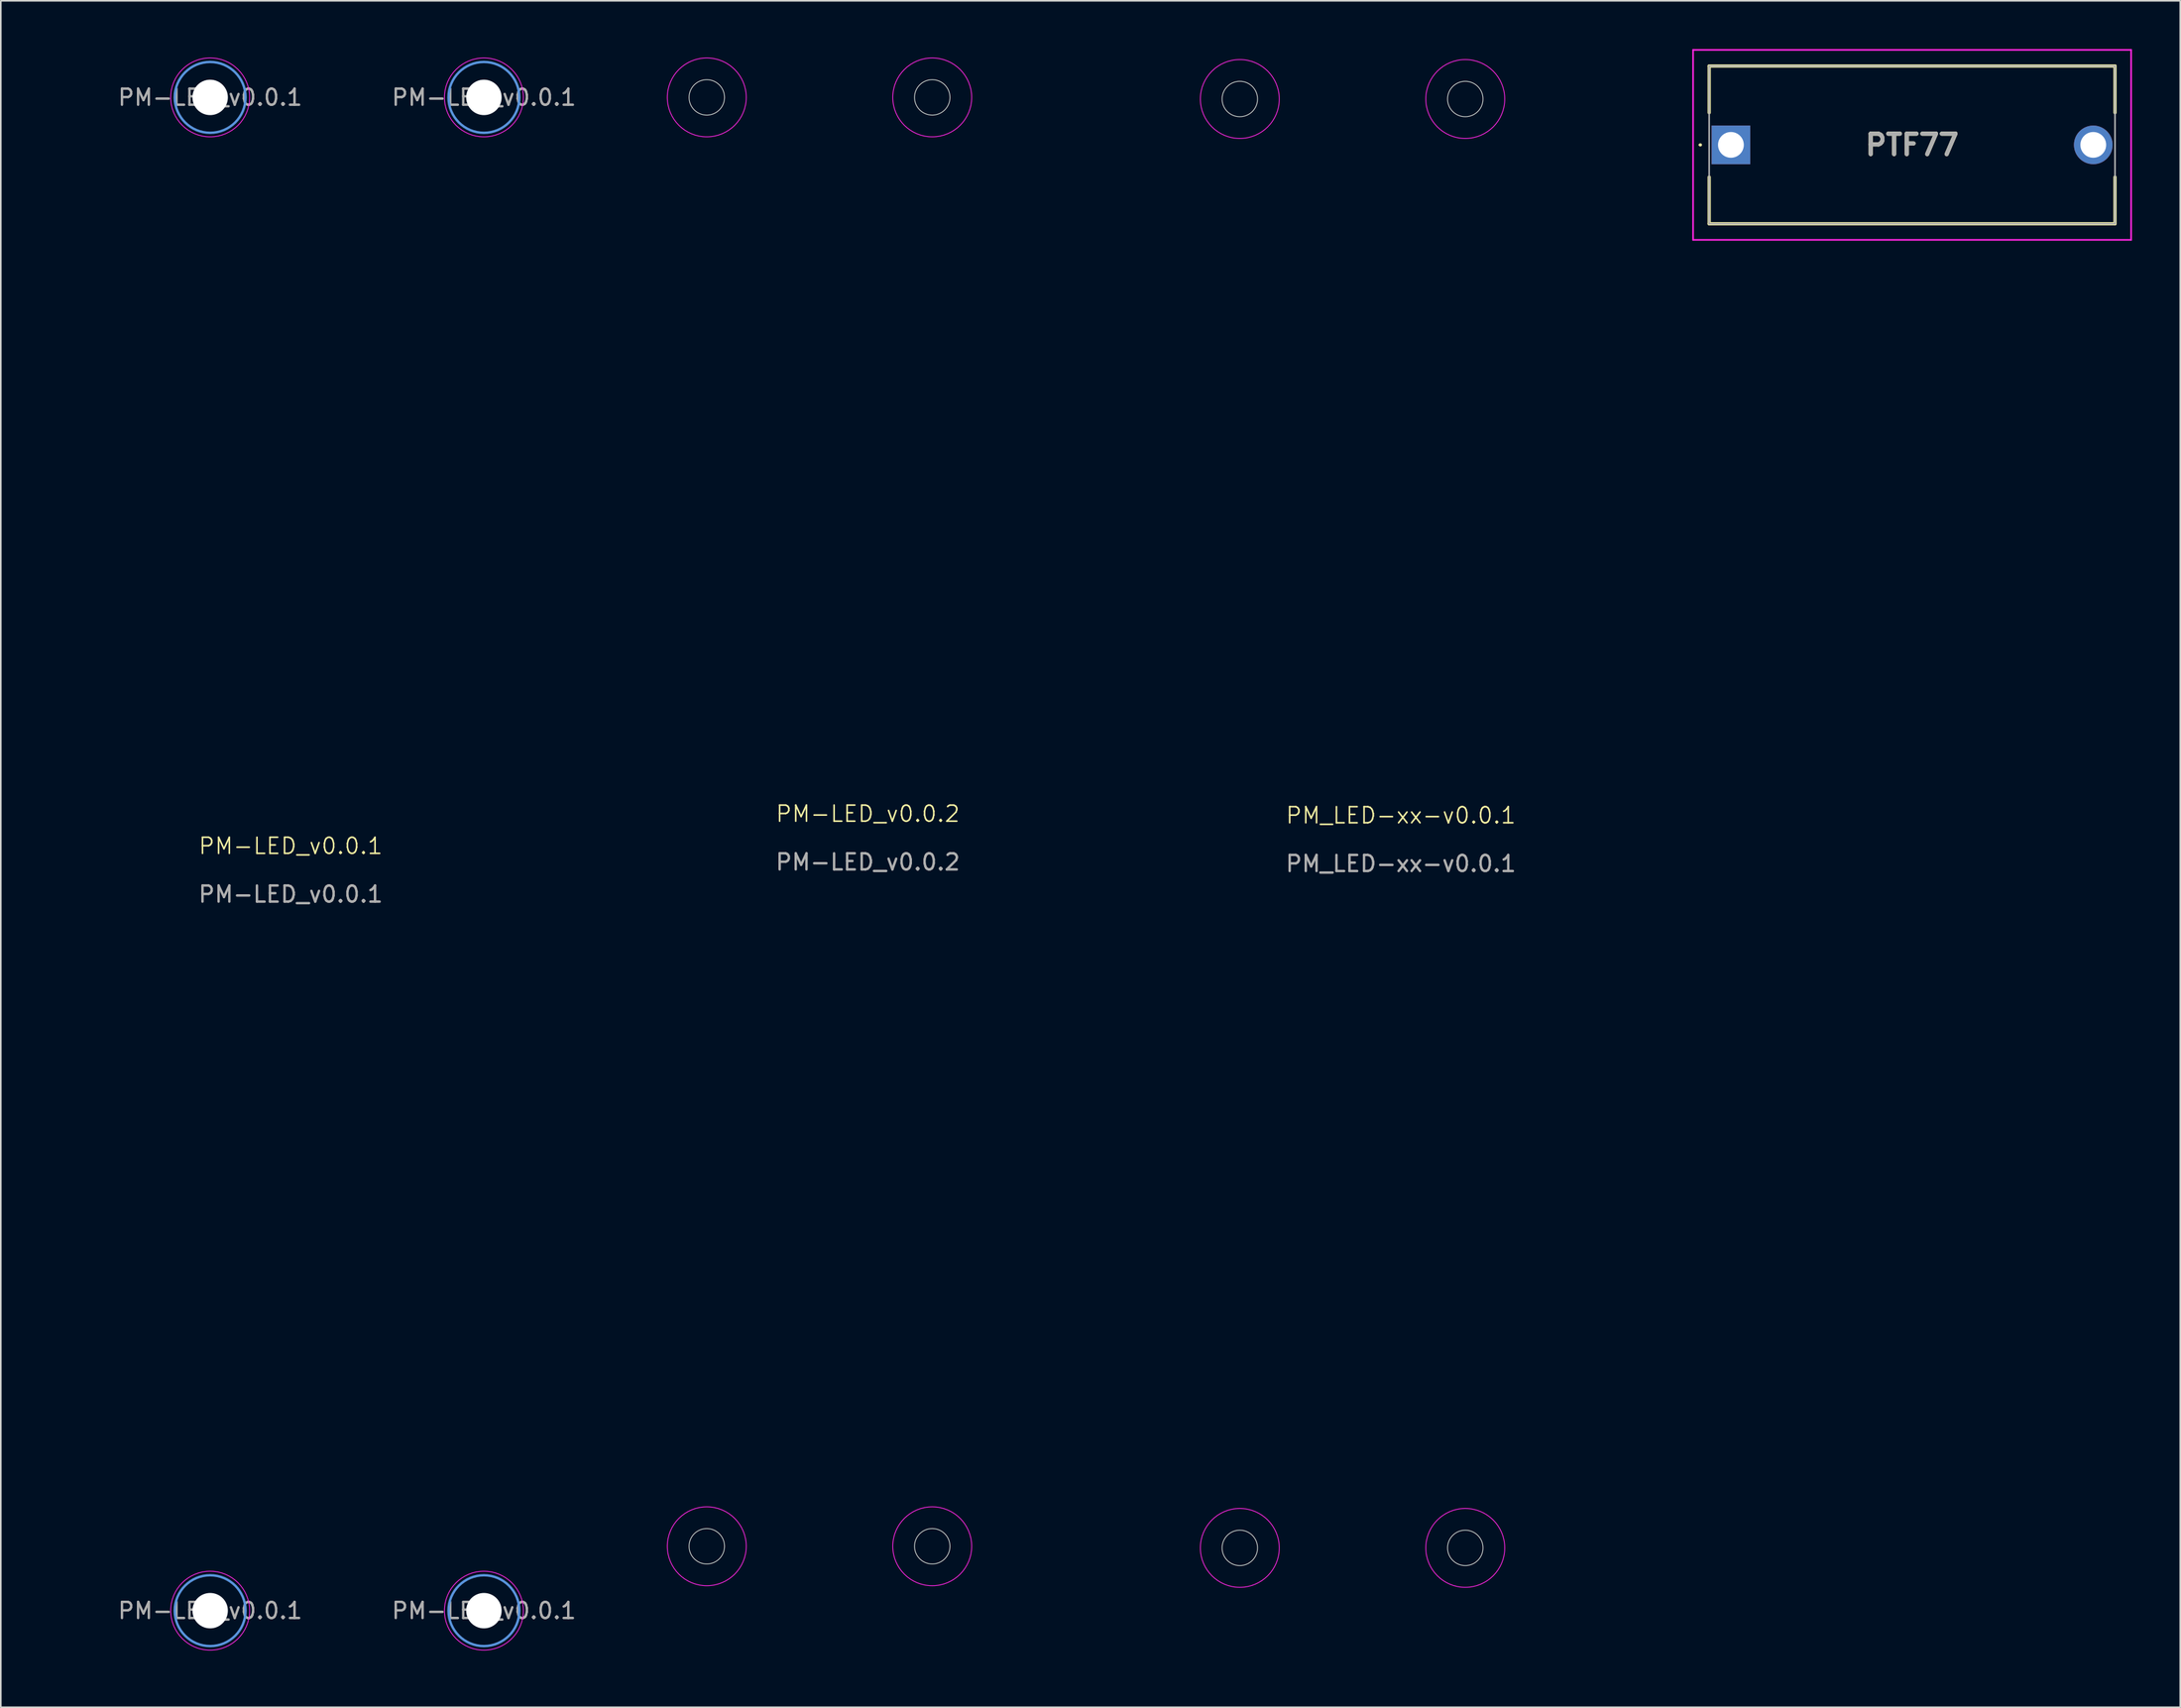
<source format=kicad_pcb>
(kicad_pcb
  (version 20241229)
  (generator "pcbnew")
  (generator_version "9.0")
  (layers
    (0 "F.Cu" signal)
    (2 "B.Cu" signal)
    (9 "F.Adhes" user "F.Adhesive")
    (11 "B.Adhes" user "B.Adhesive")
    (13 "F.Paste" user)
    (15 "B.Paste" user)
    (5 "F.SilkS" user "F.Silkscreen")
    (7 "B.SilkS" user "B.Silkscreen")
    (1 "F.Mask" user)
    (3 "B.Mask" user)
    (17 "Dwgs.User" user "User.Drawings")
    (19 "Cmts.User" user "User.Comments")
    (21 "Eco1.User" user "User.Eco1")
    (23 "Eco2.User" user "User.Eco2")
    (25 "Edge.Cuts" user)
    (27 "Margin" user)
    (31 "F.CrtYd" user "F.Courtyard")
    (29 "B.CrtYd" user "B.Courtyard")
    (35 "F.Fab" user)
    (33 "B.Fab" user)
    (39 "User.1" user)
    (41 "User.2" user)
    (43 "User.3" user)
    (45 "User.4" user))
  (footprint "PTF77"
    (layer "F.Cu")
    (at 104.435 5.95)
    (property "Reference" "PTF77" (at 11.25 0 0) (layer "F.SilkS") (effects (font (size 1.27 1.27) (thickness 0.254))))
    (attr through_hole)
    (fp_line (start -1.95 0) (end -1.95 0) (stroke (width 0.1) (type solid)) (layer "F.SilkS"))
    (fp_line (start -1.85 0) (end -1.85 0) (stroke (width 0.1) (type solid)) (layer "F.SilkS"))
    (fp_line (start -1.35 -4.9) (end 23.85 -4.9) (stroke (width 0.2) (type solid)) (layer "F.SilkS"))
    (fp_line (start -1.35 -2) (end -1.35 -4.9) (stroke (width 0.2) (type solid)) (layer "F.SilkS"))
    (fp_line (start -1.35 2) (end -1.35 4.9) (stroke (width 0.2) (type solid)) (layer "F.SilkS"))
    (fp_line (start -1.35 4.9) (end 23.85 4.9) (stroke (width 0.2) (type solid)) (layer "F.SilkS"))
    (fp_line (start 23.85 -4.9) (end 23.85 -2) (stroke (width 0.2) (type solid)) (layer "F.SilkS"))
    (fp_line (start 23.85 4.9) (end 23.85 2) (stroke (width 0.2) (type solid)) (layer "F.SilkS"))
    (fp_arc (start -1.95 0) (mid -1.9 -0.05) (end -1.85 0) (stroke (width 0.1) (type solid)) (layer "F.SilkS"))
    (fp_arc (start -1.85 0) (mid -1.9 0.05) (end -1.95 0) (stroke (width 0.1) (type solid)) (layer "F.SilkS"))
    (fp_line (start -2.35 -5.9) (end 24.85 -5.9) (stroke (width 0.1) (type solid)) (layer "F.CrtYd"))
    (fp_line (start -2.35 5.9) (end -2.35 -5.9) (stroke (width 0.1) (type solid)) (layer "F.CrtYd"))
    (fp_line (start 24.85 -5.9) (end 24.85 5.9) (stroke (width 0.1) (type solid)) (layer "F.CrtYd"))
    (fp_line (start 24.85 5.9) (end -2.35 5.9) (stroke (width 0.1) (type solid)) (layer "F.CrtYd"))
    (fp_line (start -1.35 -4.9) (end 23.85 -4.9) (stroke (width 0.1) (type solid)) (layer "F.Fab"))
    (fp_line (start -1.35 4.9) (end -1.35 -4.9) (stroke (width 0.1) (type solid)) (layer "F.Fab"))
    (fp_line (start 23.85 -4.9) (end 23.85 4.9) (stroke (width 0.1) (type solid)) (layer "F.Fab"))
    (fp_line (start 23.85 4.9) (end -1.35 4.9) (stroke (width 0.1) (type solid)) (layer "F.Fab"))
    (fp_text user "${REFERENCE}" (at 11.25 0 0) (layer "F.Fab") (effects (font (size 1.27 1.27) (thickness 0.254))))
    (pad "1" thru_hole rect (at 0 0) (size 2.4 2.4) (drill 1.6) (layers "*.Cu" "*.Mask"))
    (pad "2" thru_hole circle (at 22.5 0) (size 2.4 2.4) (drill 1.6) (layers "*.Cu" "*.Mask")))
  (footprint "PM-LED_v0.0.2"
    (layer "F.Cu")
    (at 50.839 48)
    (property "Reference" "PM-LED_v0.0.2" (at 0 -0.5 0) (unlocked yes) (layer "F.SilkS") (effects (font (size 1 1) (thickness 0.1))))
    (fp_circle (center -10 -45) (end -8.9 -45) (stroke (width 0.05) (type default)) (fill no) (layer "Edge.Cuts"))
    (fp_circle (center -10 45) (end -8.9 45) (stroke (width 0.05) (type default)) (fill no) (layer "Edge.Cuts"))
    (fp_circle (center 4 -45) (end 5.1 -45) (stroke (width 0.05) (type default)) (fill no) (layer "Edge.Cuts"))
    (fp_circle (center 4 45) (end 5.1 45) (stroke (width 0.05) (type default)) (fill no) (layer "Edge.Cuts"))
    (fp_circle (center -10 -45) (end -7.55 -45) (stroke (width 0.05) (type solid)) (fill no) (layer "F.CrtYd"))
    (fp_circle (center -10 45) (end -7.55 45) (stroke (width 0.05) (type solid)) (fill no) (layer "F.CrtYd"))
    (fp_circle (center 4 -45) (end 6.45 -45) (stroke (width 0.05) (type solid)) (fill no) (layer "F.CrtYd"))
    (fp_circle (center 4 45) (end 6.45 45) (stroke (width 0.05) (type solid)) (fill no) (layer "F.CrtYd"))
    (fp_line (start -14.9 -45) (end -14.9 45) (stroke (width 0.2) (type default)) (layer "User.1"))
    (fp_line (start -12 -47.9) (end -9.9 -47.9) (stroke (width 0.2) (type default)) (layer "User.1"))
    (fp_line (start -12 47.9) (end -9.9 47.9) (stroke (width 0.2) (type default)) (layer "User.1"))
    (fp_line (start 3.9 -47.9) (end 12 -47.9) (stroke (width 0.2) (type default)) (layer "User.1"))
    (fp_line (start 3.9 47.9) (end 12 47.9) (stroke (width 0.2) (type default)) (layer "User.1"))
    (fp_line (start 14.9 45) (end 14.9 -45) (stroke (width 0.2) (type default)) (layer "User.1"))
    (fp_arc (start -14.9 -45) (mid -14.05061 -47.05061) (end -12 -47.9) (stroke (width 0.2) (type default)) (layer "User.1"))
    (fp_arc (start -12 47.9) (mid -14.05061 47.05061) (end -14.9 45) (stroke (width 0.2) (type default)) (layer "User.1"))
    (fp_arc (start -9.9 -47.9) (mid -7.84939 -47.05061) (end -7 -45) (stroke (width 0.2) (type default)) (layer "User.1"))
    (fp_arc (start -7 45) (mid -7.849391 47.050609) (end -9.9 47.9) (stroke (width 0.2) (type default)) (layer "User.1"))
    (fp_arc (start -6.999999 45) (mid -3 41.876895) (end 0.999999 45) (stroke (width 0.2) (type default)) (layer "User.1"))
    (fp_arc (start 0.999999 -45) (mid -3 -41.876895) (end -6.999999 -45) (stroke (width 0.2) (type default)) (layer "User.1"))
    (fp_arc (start 1 -45) (mid 1.84939 -47.05061) (end 3.9 -47.9) (stroke (width 0.2) (type default)) (layer "User.1"))
    (fp_arc (start 3.9 47.9) (mid 1.84939 47.05061) (end 1 45) (stroke (width 0.2) (type default)) (layer "User.1"))
    (fp_arc (start 12 -47.9) (mid 14.05061 -47.05061) (end 14.9 -45) (stroke (width 0.2) (type default)) (layer "User.1"))
    (fp_arc (start 14.9 45) (mid 14.05061 47.05061) (end 12 47.9) (stroke (width 0.2) (type default)) (layer "User.1"))
    (fp_text user "${REFERENCE}" (at 0 2.5 0) (unlocked yes) (layer "F.Fab") (effects (font (size 1 1) (thickness 0.15)))))
  (footprint "PM-LED_v0.0.1"
    (layer "F.Cu")
    (at 15 50)
    (property "Reference" "PM-LED_v0.0.1" (at 0 -0.5 0) (unlocked yes) (layer "F.SilkS") (effects (font (size 1 1) (thickness 0.1))))
    (fp_circle (center -5 -47) (end -2.8 -47) (stroke (width 0.15) (type solid)) (fill no) (layer "Cmts.User"))
    (fp_circle (center -5 47) (end -2.8 47) (stroke (width 0.15) (type solid)) (fill no) (layer "Cmts.User"))
    (fp_circle (center 12 -47) (end 14.2 -47) (stroke (width 0.15) (type solid)) (fill no) (layer "Cmts.User"))
    (fp_circle (center 12 47) (end 14.2 47) (stroke (width 0.15) (type solid)) (fill no) (layer "Cmts.User"))
    (fp_circle (center -5 -47) (end -2.55 -47) (stroke (width 0.05) (type solid)) (fill no) (layer "F.CrtYd"))
    (fp_circle (center -5 47) (end -2.55 47) (stroke (width 0.05) (type solid)) (fill no) (layer "F.CrtYd"))
    (fp_circle (center 12 -47) (end 14.45 -47) (stroke (width 0.05) (type solid)) (fill no) (layer "F.CrtYd"))
    (fp_circle (center 12 47) (end 14.45 47) (stroke (width 0.05) (type solid)) (fill no) (layer "F.CrtYd"))
    (fp_poly (pts (arc (start 12 49.9) (mid 14.05061 49.05061) (end 14.9 47)) (arc (start 14.9 -47) (mid 14.05061 -49.05061) (end 12 -49.9)) (arc (start 9.9 -49.9) (mid 7.84939 -49.05061) (end 7 -47)) (arc (start 7 -45.95) (mid 3 -41.999688) (end -1 -45.95)) (arc (start -1 -47) (mid -1.84939 -49.05061) (end -3.9 -49.9)) (arc (start -11 -49.9) (mid -13.757716 -48.757716) (end -14.9 -46)) (arc (start -14.9 46) (mid -13.757716 48.757716) (end -11 49.9)) (arc (start -3.9 49.9) (mid -1.84939 49.05061) (end -1 47)) (arc (start -1 45.95) (mid 3 41.999688) (end 7 45.95)) (arc (start 7 47) (mid 7.84939 49.05061) (end 9.9 49.9))) (stroke (width 0.2) (type dash)) (fill no) (layer "User.1"))
    (fp_text user "${REFERENCE}" (at 0 2.5 0) (unlocked yes) (layer "F.Fab") (effects (font (size 1 1) (thickness 0.15))))
    (fp_text user "${REFERENCE}" (at -5 47 0) (layer "F.Fab") (effects (font (size 1 1) (thickness 0.15))))
    (fp_text user "${REFERENCE}" (at 12 47 0) (layer "F.Fab") (effects (font (size 1 1) (thickness 0.15))))
    (fp_text user "${REFERENCE}" (at 12 -47 0) (layer "F.Fab") (effects (font (size 1 1) (thickness 0.15))))
    (fp_text user "${REFERENCE}" (at -5 -47 0) (layer "F.Fab") (effects (font (size 1 1) (thickness 0.15))))
    (pad "" np_thru_hole circle (at -5 -47) (size 2.2 2.2) (drill 2.2) (layers "*.Cu" "*.Mask"))
    (pad "" np_thru_hole circle (at -5 47) (size 2.2 2.2) (drill 2.2) (layers "*.Cu" "*.Mask"))
    (pad "" np_thru_hole circle (at 12 -47) (size 2.2 2.2) (drill 2.2) (layers "*.Cu" "*.Mask"))
    (pad "" np_thru_hole circle (at 12 47) (size 2.2 2.2) (drill 2.2) (layers "*.Cu" "*.Mask")))
  (footprint "PM_LED-xx-v0.0.1"
    (layer "F.Cu")
    (at 83.939 48.1)
    (property "Reference" "PM_LED-xx-v0.0.1" (at 0 -0.5 0) (unlocked yes) (layer "F.SilkS") (effects (font (size 1 1) (thickness 0.1))))
    (attr allow_missing_courtyard)
    (fp_circle (center -10 -45) (end -8.9 -45) (stroke (width 0.05) (type default)) (fill no) (layer "Edge.Cuts"))
    (fp_circle (center -10 45) (end -8.9 45) (stroke (width 0.05) (type default)) (fill no) (layer "Edge.Cuts"))
    (fp_circle (center 4 -45) (end 5.1 -45) (stroke (width 0.05) (type default)) (fill no) (layer "Edge.Cuts"))
    (fp_circle (center 4 45) (end 5.1 45) (stroke (width 0.05) (type default)) (fill no) (layer "Edge.Cuts"))
    (fp_circle (center -10 -45) (end -7.55 -45) (stroke (width 0.05) (type solid)) (fill no) (layer "F.CrtYd"))
    (fp_circle (center -10 45) (end -7.55 45) (stroke (width 0.05) (type solid)) (fill no) (layer "F.CrtYd"))
    (fp_circle (center 4 -45) (end 6.45 -45) (stroke (width 0.05) (type solid)) (fill no) (layer "F.CrtYd"))
    (fp_circle (center 4 45) (end 6.45 45) (stroke (width 0.05) (type solid)) (fill no) (layer "F.CrtYd"))
    (fp_poly (pts (arc (start 12 47.995708) (mid 14.118285 47.118285) (end 14.995708 45)) (arc (start 14.995708 -45) (mid 14.118285 -47.118285) (end 12 -47.995708)) (arc (start 3 -48) (mid 1.585786 -47.414214) (end 1 -46)) (arc (start 1 -46) (mid -3 -42) (end -7 -46)) (arc (start -7 -46) (mid -7.585786 -47.414214) (end -9 -48)) (arc (start -12 -48) (mid -14.12132 -47.12132) (end -15 -45)) (arc (start -15 45) (mid -14.12132 47.12132) (end -12 48)) (arc (start -9 48) (mid -7.585786 47.414214) (end -7 46)) (arc (start -7 46) (mid -3 42) (end 1 46)) (arc (start 1 46) (mid 1.585786 47.414214) (end 3 48))) (stroke (width 0.2) (type solid)) (fill no) (layer "User.1"))
    (fp_text user "${REFERENCE}" (at 0 2.5 0) (unlocked yes) (layer "F.Fab") (effects (font (size 1 1) (thickness 0.15)))))
  (gr_rect
    (start -3 -3)
    (end 132.335 103)
    (stroke (width 0.1) (type default))
    (fill no)
    (layer "Edge.Cuts")))
</source>
